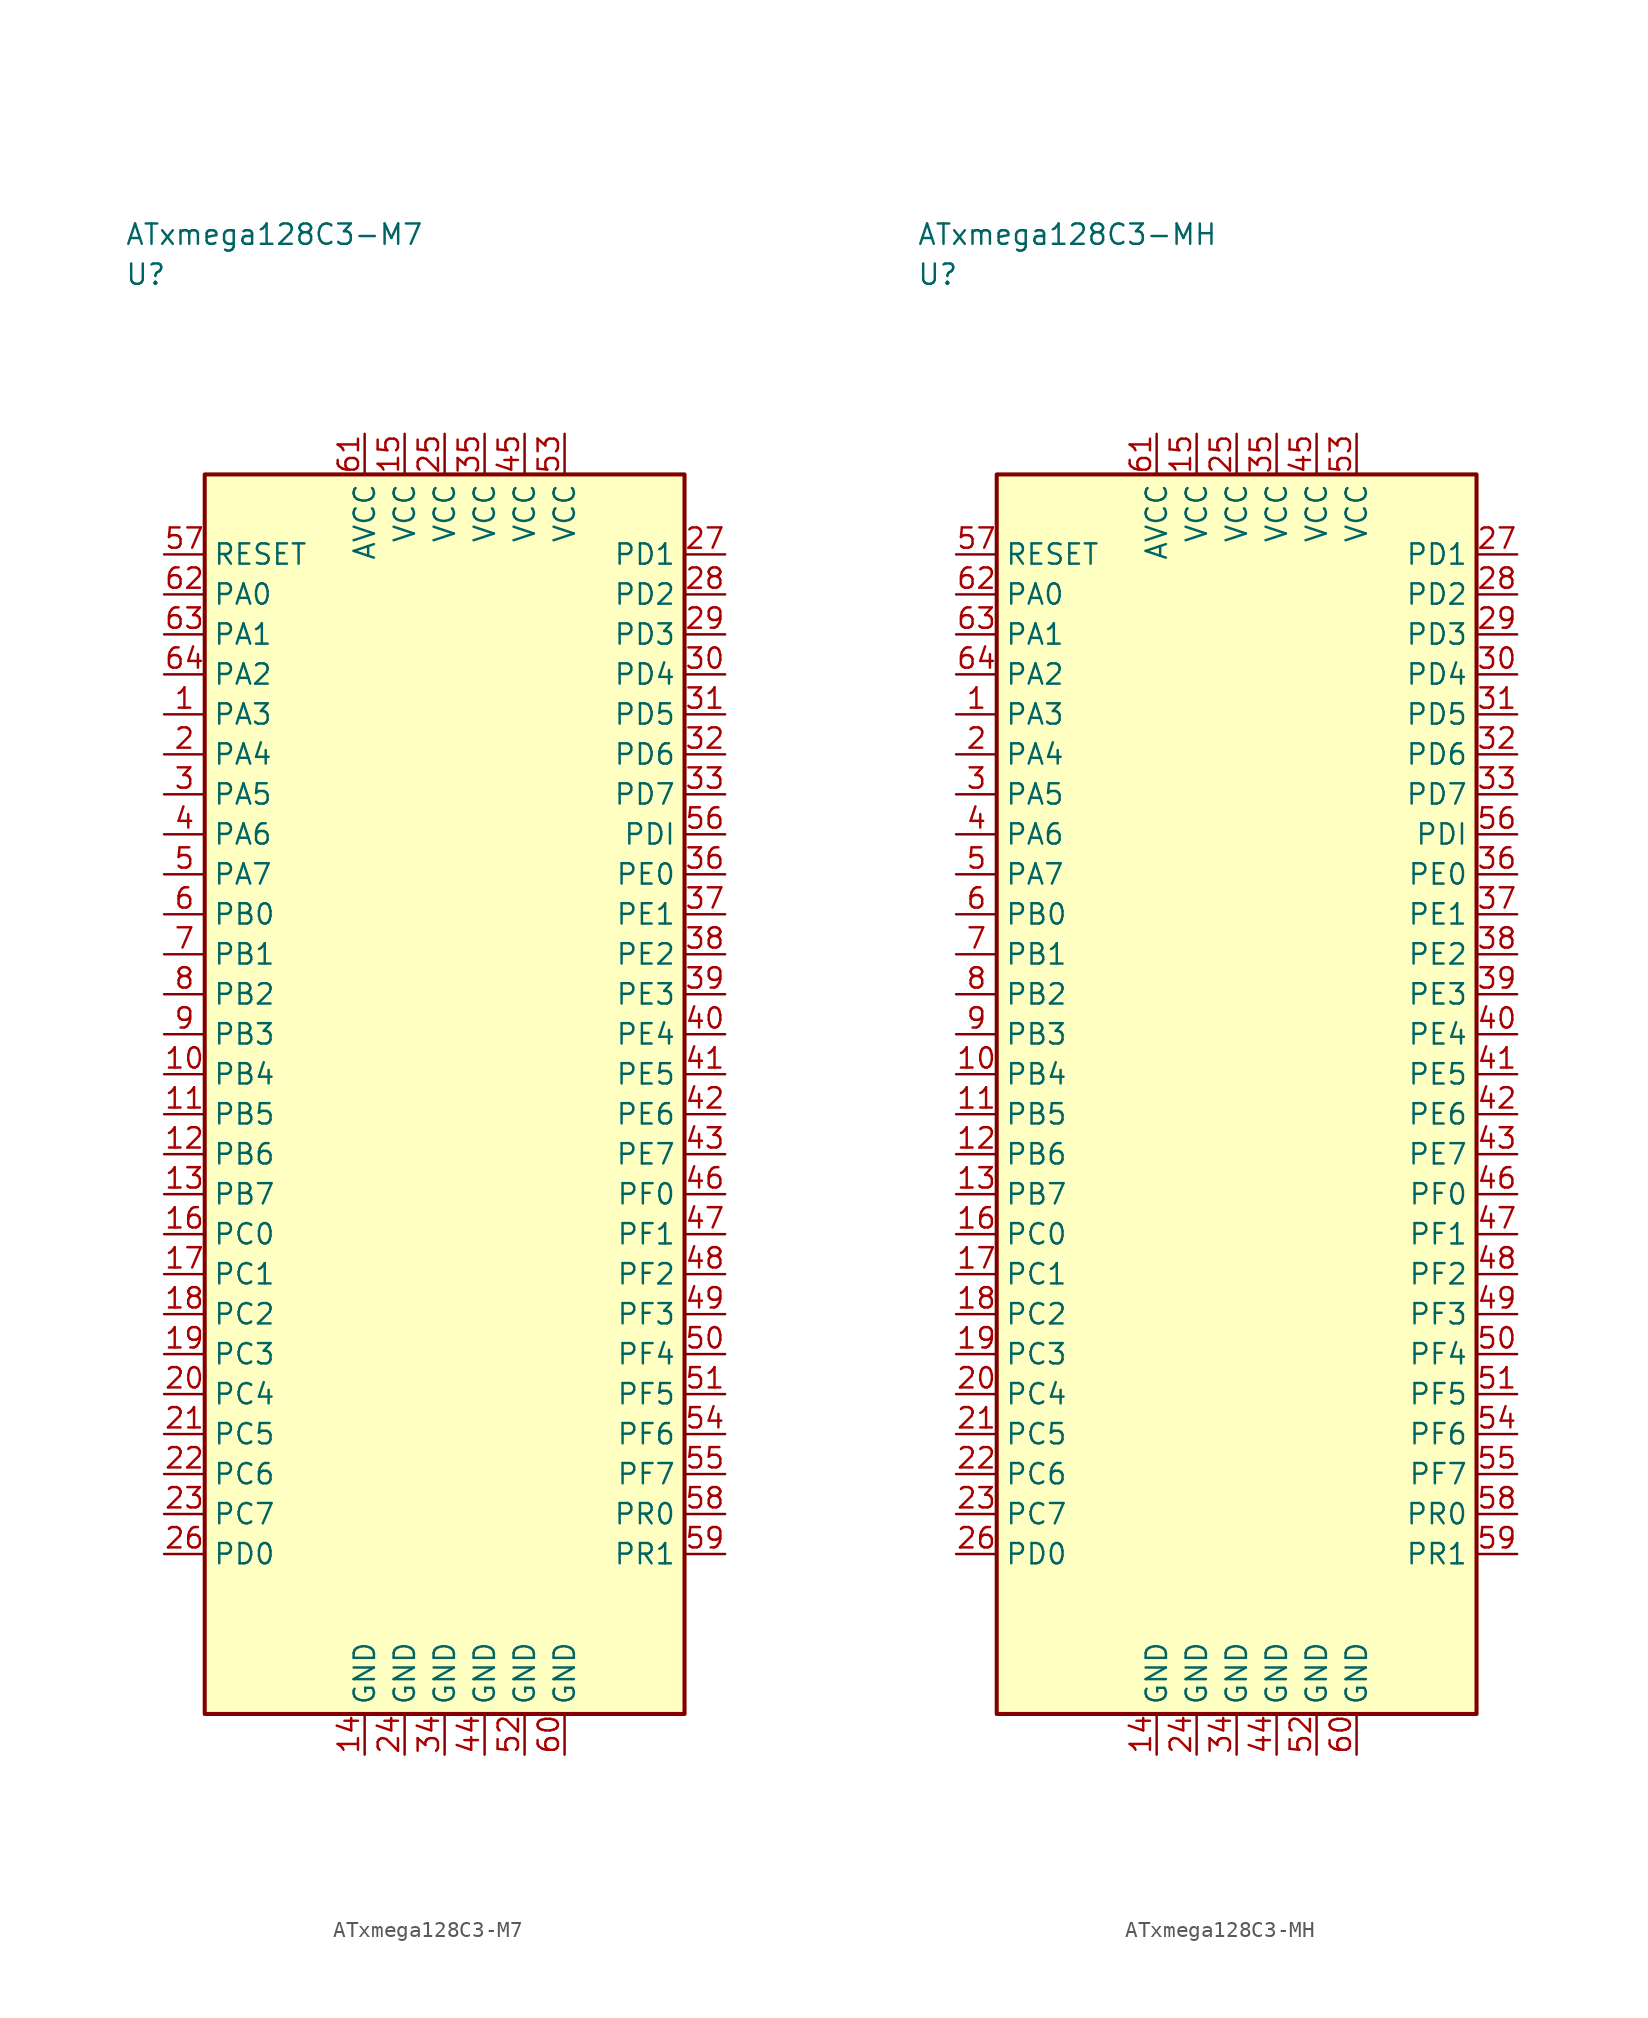
<source format=kicad_sym>
(kicad_symbol_lib
  (version 20241025)
  (generator "kicad_symbol_editor")
  (generator_version "8.0")
  (symbol "ATxmega128C3-M7"
    (property "Reference" "U"
      (at -20.0 51.25 0)
      (effects (font (size 1.27 1.27)) (justify left)))
    (property "Value" "ATxmega128C3-M7"
      (at -20.0 53.75 0)
      (effects (font (size 1.27 1.27)) (justify left)))
    (symbol "ATxmega128C3-M7_0_1"
      (rectangle (start -15.0 38.75) (end 15.0 -38.75) (stroke (width 0.254) (type default)) (fill (type background))))
    (symbol "ATxmega128C3-M7_1_1"
      (pin bidirectional line (at -17.54 23.75 0.0) (length 2.54) (name "PA3" (effects (font (size 1.27 1.27)))) (number "1" (effects (font (size 1.27 1.27)))))
      (pin bidirectional line (at -17.54 21.25 0.0) (length 2.54) (name "PA4" (effects (font (size 1.27 1.27)))) (number "2" (effects (font (size 1.27 1.27)))))
      (pin bidirectional line (at -17.54 18.75 0.0) (length 2.54) (name "PA5" (effects (font (size 1.27 1.27)))) (number "3" (effects (font (size 1.27 1.27)))))
      (pin bidirectional line (at -17.54 16.25 0.0) (length 2.54) (name "PA6" (effects (font (size 1.27 1.27)))) (number "4" (effects (font (size 1.27 1.27)))))
      (pin bidirectional line (at -17.54 13.75 0.0) (length 2.54) (name "PA7" (effects (font (size 1.27 1.27)))) (number "5" (effects (font (size 1.27 1.27)))))
      (pin bidirectional line (at -17.54 11.25 0.0) (length 2.54) (name "PB0" (effects (font (size 1.27 1.27)))) (number "6" (effects (font (size 1.27 1.27)))))
      (pin bidirectional line (at -17.54 8.75 0.0) (length 2.54) (name "PB1" (effects (font (size 1.27 1.27)))) (number "7" (effects (font (size 1.27 1.27)))))
      (pin bidirectional line (at -17.54 6.25 0.0) (length 2.54) (name "PB2" (effects (font (size 1.27 1.27)))) (number "8" (effects (font (size 1.27 1.27)))))
      (pin bidirectional line (at -17.54 3.75 0.0) (length 2.54) (name "PB3" (effects (font (size 1.27 1.27)))) (number "9" (effects (font (size 1.27 1.27)))))
      (pin bidirectional line (at -17.54 1.25 0.0) (length 2.54) (name "PB4" (effects (font (size 1.27 1.27)))) (number "10" (effects (font (size 1.27 1.27)))))
      (pin bidirectional line (at -17.54 -1.25 0.0) (length 2.54) (name "PB5" (effects (font (size 1.27 1.27)))) (number "11" (effects (font (size 1.27 1.27)))))
      (pin bidirectional line (at -17.54 -3.75 0.0) (length 2.54) (name "PB6" (effects (font (size 1.27 1.27)))) (number "12" (effects (font (size 1.27 1.27)))))
      (pin bidirectional line (at -17.54 -6.25 0.0) (length 2.54) (name "PB7" (effects (font (size 1.27 1.27)))) (number "13" (effects (font (size 1.27 1.27)))))
      (pin passive line (at -5.0 -41.29 90.0) (length 2.54) (name "GND" (effects (font (size 1.27 1.27)))) (number "14" (effects (font (size 1.27 1.27)))))
      (pin power_in line (at -2.5 41.29 270.0) (length 2.54) (name "VCC" (effects (font (size 1.27 1.27)))) (number "15" (effects (font (size 1.27 1.27)))))
      (pin bidirectional line (at -17.54 -8.75 0.0) (length 2.54) (name "PC0" (effects (font (size 1.27 1.27)))) (number "16" (effects (font (size 1.27 1.27)))))
      (pin bidirectional line (at -17.54 -11.25 0.0) (length 2.54) (name "PC1" (effects (font (size 1.27 1.27)))) (number "17" (effects (font (size 1.27 1.27)))))
      (pin bidirectional line (at -17.54 -13.75 0.0) (length 2.54) (name "PC2" (effects (font (size 1.27 1.27)))) (number "18" (effects (font (size 1.27 1.27)))))
      (pin bidirectional line (at -17.54 -16.25 0.0) (length 2.54) (name "PC3" (effects (font (size 1.27 1.27)))) (number "19" (effects (font (size 1.27 1.27)))))
      (pin bidirectional line (at -17.54 -18.75 0.0) (length 2.54) (name "PC4" (effects (font (size 1.27 1.27)))) (number "20" (effects (font (size 1.27 1.27)))))
      (pin bidirectional line (at -17.54 -21.25 0.0) (length 2.54) (name "PC5" (effects (font (size 1.27 1.27)))) (number "21" (effects (font (size 1.27 1.27)))))
      (pin bidirectional line (at -17.54 -23.75 0.0) (length 2.54) (name "PC6" (effects (font (size 1.27 1.27)))) (number "22" (effects (font (size 1.27 1.27)))))
      (pin bidirectional line (at -17.54 -26.25 0.0) (length 2.54) (name "PC7" (effects (font (size 1.27 1.27)))) (number "23" (effects (font (size 1.27 1.27)))))
      (pin passive line (at -2.5 -41.29 90.0) (length 2.54) (name "GND" (effects (font (size 1.27 1.27)))) (number "24" (effects (font (size 1.27 1.27)))))
      (pin power_in line (at 0.0 41.29 270.0) (length 2.54) (name "VCC" (effects (font (size 1.27 1.27)))) (number "25" (effects (font (size 1.27 1.27)))))
      (pin bidirectional line (at -17.54 -28.75 0.0) (length 2.54) (name "PD0" (effects (font (size 1.27 1.27)))) (number "26" (effects (font (size 1.27 1.27)))))
      (pin bidirectional line (at 17.54 33.75 180.0) (length 2.54) (name "PD1" (effects (font (size 1.27 1.27)))) (number "27" (effects (font (size 1.27 1.27)))))
      (pin bidirectional line (at 17.54 31.25 180.0) (length 2.54) (name "PD2" (effects (font (size 1.27 1.27)))) (number "28" (effects (font (size 1.27 1.27)))))
      (pin bidirectional line (at 17.54 28.75 180.0) (length 2.54) (name "PD3" (effects (font (size 1.27 1.27)))) (number "29" (effects (font (size 1.27 1.27)))))
      (pin bidirectional line (at 17.54 26.25 180.0) (length 2.54) (name "PD4" (effects (font (size 1.27 1.27)))) (number "30" (effects (font (size 1.27 1.27)))))
      (pin bidirectional line (at 17.54 23.75 180.0) (length 2.54) (name "PD5" (effects (font (size 1.27 1.27)))) (number "31" (effects (font (size 1.27 1.27)))))
      (pin bidirectional line (at 17.54 21.25 180.0) (length 2.54) (name "PD6" (effects (font (size 1.27 1.27)))) (number "32" (effects (font (size 1.27 1.27)))))
      (pin bidirectional line (at 17.54 18.75 180.0) (length 2.54) (name "PD7" (effects (font (size 1.27 1.27)))) (number "33" (effects (font (size 1.27 1.27)))))
      (pin passive line (at 0.0 -41.29 90.0) (length 2.54) (name "GND" (effects (font (size 1.27 1.27)))) (number "34" (effects (font (size 1.27 1.27)))))
      (pin power_in line (at 2.5 41.29 270.0) (length 2.54) (name "VCC" (effects (font (size 1.27 1.27)))) (number "35" (effects (font (size 1.27 1.27)))))
      (pin bidirectional line (at 17.54 13.75 180.0) (length 2.54) (name "PE0" (effects (font (size 1.27 1.27)))) (number "36" (effects (font (size 1.27 1.27)))))
      (pin bidirectional line (at 17.54 11.25 180.0) (length 2.54) (name "PE1" (effects (font (size 1.27 1.27)))) (number "37" (effects (font (size 1.27 1.27)))))
      (pin bidirectional line (at 17.54 8.75 180.0) (length 2.54) (name "PE2" (effects (font (size 1.27 1.27)))) (number "38" (effects (font (size 1.27 1.27)))))
      (pin bidirectional line (at 17.54 6.25 180.0) (length 2.54) (name "PE3" (effects (font (size 1.27 1.27)))) (number "39" (effects (font (size 1.27 1.27)))))
      (pin bidirectional line (at 17.54 3.75 180.0) (length 2.54) (name "PE4" (effects (font (size 1.27 1.27)))) (number "40" (effects (font (size 1.27 1.27)))))
      (pin bidirectional line (at 17.54 1.25 180.0) (length 2.54) (name "PE5" (effects (font (size 1.27 1.27)))) (number "41" (effects (font (size 1.27 1.27)))))
      (pin bidirectional line (at 17.54 -1.25 180.0) (length 2.54) (name "PE6" (effects (font (size 1.27 1.27)))) (number "42" (effects (font (size 1.27 1.27)))))
      (pin bidirectional line (at 17.54 -3.75 180.0) (length 2.54) (name "PE7" (effects (font (size 1.27 1.27)))) (number "43" (effects (font (size 1.27 1.27)))))
      (pin passive line (at 2.5 -41.29 90.0) (length 2.54) (name "GND" (effects (font (size 1.27 1.27)))) (number "44" (effects (font (size 1.27 1.27)))))
      (pin power_in line (at 5.0 41.29 270.0) (length 2.54) (name "VCC" (effects (font (size 1.27 1.27)))) (number "45" (effects (font (size 1.27 1.27)))))
      (pin bidirectional line (at 17.54 -6.25 180.0) (length 2.54) (name "PF0" (effects (font (size 1.27 1.27)))) (number "46" (effects (font (size 1.27 1.27)))))
      (pin bidirectional line (at 17.54 -8.75 180.0) (length 2.54) (name "PF1" (effects (font (size 1.27 1.27)))) (number "47" (effects (font (size 1.27 1.27)))))
      (pin bidirectional line (at 17.54 -11.25 180.0) (length 2.54) (name "PF2" (effects (font (size 1.27 1.27)))) (number "48" (effects (font (size 1.27 1.27)))))
      (pin bidirectional line (at 17.54 -13.75 180.0) (length 2.54) (name "PF3" (effects (font (size 1.27 1.27)))) (number "49" (effects (font (size 1.27 1.27)))))
      (pin bidirectional line (at 17.54 -16.25 180.0) (length 2.54) (name "PF4" (effects (font (size 1.27 1.27)))) (number "50" (effects (font (size 1.27 1.27)))))
      (pin bidirectional line (at 17.54 -18.75 180.0) (length 2.54) (name "PF5" (effects (font (size 1.27 1.27)))) (number "51" (effects (font (size 1.27 1.27)))))
      (pin passive line (at 5.0 -41.29 90.0) (length 2.54) (name "GND" (effects (font (size 1.27 1.27)))) (number "52" (effects (font (size 1.27 1.27)))))
      (pin power_in line (at 7.5 41.29 270.0) (length 2.54) (name "VCC" (effects (font (size 1.27 1.27)))) (number "53" (effects (font (size 1.27 1.27)))))
      (pin bidirectional line (at 17.54 -21.25 180.0) (length 2.54) (name "PF6" (effects (font (size 1.27 1.27)))) (number "54" (effects (font (size 1.27 1.27)))))
      (pin bidirectional line (at 17.54 -23.75 180.0) (length 2.54) (name "PF7" (effects (font (size 1.27 1.27)))) (number "55" (effects (font (size 1.27 1.27)))))
      (pin bidirectional line (at 17.54 16.25 180.0) (length 2.54) (name "PDI" (effects (font (size 1.27 1.27)))) (number "56" (effects (font (size 1.27 1.27)))))
      (pin input line (at -17.54 33.75 0.0) (length 2.54) (name "RESET" (effects (font (size 1.27 1.27)))) (number "57" (effects (font (size 1.27 1.27)))))
      (pin bidirectional line (at 17.54 -26.25 180.0) (length 2.54) (name "PR0" (effects (font (size 1.27 1.27)))) (number "58" (effects (font (size 1.27 1.27)))))
      (pin bidirectional line (at 17.54 -28.75 180.0) (length 2.54) (name "PR1" (effects (font (size 1.27 1.27)))) (number "59" (effects (font (size 1.27 1.27)))))
      (pin passive line (at 7.5 -41.29 90.0) (length 2.54) (name "GND" (effects (font (size 1.27 1.27)))) (number "60" (effects (font (size 1.27 1.27)))))
      (pin power_in line (at -5.0 41.29 270.0) (length 2.54) (name "AVCC" (effects (font (size 1.27 1.27)))) (number "61" (effects (font (size 1.27 1.27)))))
      (pin bidirectional line (at -17.54 31.25 0.0) (length 2.54) (name "PA0" (effects (font (size 1.27 1.27)))) (number "62" (effects (font (size 1.27 1.27)))))
      (pin bidirectional line (at -17.54 28.75 0.0) (length 2.54) (name "PA1" (effects (font (size 1.27 1.27)))) (number "63" (effects (font (size 1.27 1.27)))))
      (pin bidirectional line (at -17.54 26.25 0.0) (length 2.54) (name "PA2" (effects (font (size 1.27 1.27)))) (number "64" (effects (font (size 1.27 1.27)))))))
  (symbol "ATxmega128C3-MH"
    (property "Reference" "U"
      (at -20.0 51.25 0)
      (effects (font (size 1.27 1.27)) (justify left)))
    (property "Value" "ATxmega128C3-MH"
      (at -20.0 53.75 0)
      (effects (font (size 1.27 1.27)) (justify left)))
    (symbol "ATxmega128C3-MH_0_1"
      (rectangle (start -15.0 38.75) (end 15.0 -38.75) (stroke (width 0.254) (type default)) (fill (type background))))
    (symbol "ATxmega128C3-MH_1_1"
      (pin bidirectional line (at -17.54 23.75 0.0) (length 2.54) (name "PA3" (effects (font (size 1.27 1.27)))) (number "1" (effects (font (size 1.27 1.27)))))
      (pin bidirectional line (at -17.54 21.25 0.0) (length 2.54) (name "PA4" (effects (font (size 1.27 1.27)))) (number "2" (effects (font (size 1.27 1.27)))))
      (pin bidirectional line (at -17.54 18.75 0.0) (length 2.54) (name "PA5" (effects (font (size 1.27 1.27)))) (number "3" (effects (font (size 1.27 1.27)))))
      (pin bidirectional line (at -17.54 16.25 0.0) (length 2.54) (name "PA6" (effects (font (size 1.27 1.27)))) (number "4" (effects (font (size 1.27 1.27)))))
      (pin bidirectional line (at -17.54 13.75 0.0) (length 2.54) (name "PA7" (effects (font (size 1.27 1.27)))) (number "5" (effects (font (size 1.27 1.27)))))
      (pin bidirectional line (at -17.54 11.25 0.0) (length 2.54) (name "PB0" (effects (font (size 1.27 1.27)))) (number "6" (effects (font (size 1.27 1.27)))))
      (pin bidirectional line (at -17.54 8.75 0.0) (length 2.54) (name "PB1" (effects (font (size 1.27 1.27)))) (number "7" (effects (font (size 1.27 1.27)))))
      (pin bidirectional line (at -17.54 6.25 0.0) (length 2.54) (name "PB2" (effects (font (size 1.27 1.27)))) (number "8" (effects (font (size 1.27 1.27)))))
      (pin bidirectional line (at -17.54 3.75 0.0) (length 2.54) (name "PB3" (effects (font (size 1.27 1.27)))) (number "9" (effects (font (size 1.27 1.27)))))
      (pin bidirectional line (at -17.54 1.25 0.0) (length 2.54) (name "PB4" (effects (font (size 1.27 1.27)))) (number "10" (effects (font (size 1.27 1.27)))))
      (pin bidirectional line (at -17.54 -1.25 0.0) (length 2.54) (name "PB5" (effects (font (size 1.27 1.27)))) (number "11" (effects (font (size 1.27 1.27)))))
      (pin bidirectional line (at -17.54 -3.75 0.0) (length 2.54) (name "PB6" (effects (font (size 1.27 1.27)))) (number "12" (effects (font (size 1.27 1.27)))))
      (pin bidirectional line (at -17.54 -6.25 0.0) (length 2.54) (name "PB7" (effects (font (size 1.27 1.27)))) (number "13" (effects (font (size 1.27 1.27)))))
      (pin passive line (at -5.0 -41.29 90.0) (length 2.54) (name "GND" (effects (font (size 1.27 1.27)))) (number "14" (effects (font (size 1.27 1.27)))))
      (pin power_in line (at -2.5 41.29 270.0) (length 2.54) (name "VCC" (effects (font (size 1.27 1.27)))) (number "15" (effects (font (size 1.27 1.27)))))
      (pin bidirectional line (at -17.54 -8.75 0.0) (length 2.54) (name "PC0" (effects (font (size 1.27 1.27)))) (number "16" (effects (font (size 1.27 1.27)))))
      (pin bidirectional line (at -17.54 -11.25 0.0) (length 2.54) (name "PC1" (effects (font (size 1.27 1.27)))) (number "17" (effects (font (size 1.27 1.27)))))
      (pin bidirectional line (at -17.54 -13.75 0.0) (length 2.54) (name "PC2" (effects (font (size 1.27 1.27)))) (number "18" (effects (font (size 1.27 1.27)))))
      (pin bidirectional line (at -17.54 -16.25 0.0) (length 2.54) (name "PC3" (effects (font (size 1.27 1.27)))) (number "19" (effects (font (size 1.27 1.27)))))
      (pin bidirectional line (at -17.54 -18.75 0.0) (length 2.54) (name "PC4" (effects (font (size 1.27 1.27)))) (number "20" (effects (font (size 1.27 1.27)))))
      (pin bidirectional line (at -17.54 -21.25 0.0) (length 2.54) (name "PC5" (effects (font (size 1.27 1.27)))) (number "21" (effects (font (size 1.27 1.27)))))
      (pin bidirectional line (at -17.54 -23.75 0.0) (length 2.54) (name "PC6" (effects (font (size 1.27 1.27)))) (number "22" (effects (font (size 1.27 1.27)))))
      (pin bidirectional line (at -17.54 -26.25 0.0) (length 2.54) (name "PC7" (effects (font (size 1.27 1.27)))) (number "23" (effects (font (size 1.27 1.27)))))
      (pin passive line (at -2.5 -41.29 90.0) (length 2.54) (name "GND" (effects (font (size 1.27 1.27)))) (number "24" (effects (font (size 1.27 1.27)))))
      (pin power_in line (at 0.0 41.29 270.0) (length 2.54) (name "VCC" (effects (font (size 1.27 1.27)))) (number "25" (effects (font (size 1.27 1.27)))))
      (pin bidirectional line (at -17.54 -28.75 0.0) (length 2.54) (name "PD0" (effects (font (size 1.27 1.27)))) (number "26" (effects (font (size 1.27 1.27)))))
      (pin bidirectional line (at 17.54 33.75 180.0) (length 2.54) (name "PD1" (effects (font (size 1.27 1.27)))) (number "27" (effects (font (size 1.27 1.27)))))
      (pin bidirectional line (at 17.54 31.25 180.0) (length 2.54) (name "PD2" (effects (font (size 1.27 1.27)))) (number "28" (effects (font (size 1.27 1.27)))))
      (pin bidirectional line (at 17.54 28.75 180.0) (length 2.54) (name "PD3" (effects (font (size 1.27 1.27)))) (number "29" (effects (font (size 1.27 1.27)))))
      (pin bidirectional line (at 17.54 26.25 180.0) (length 2.54) (name "PD4" (effects (font (size 1.27 1.27)))) (number "30" (effects (font (size 1.27 1.27)))))
      (pin bidirectional line (at 17.54 23.75 180.0) (length 2.54) (name "PD5" (effects (font (size 1.27 1.27)))) (number "31" (effects (font (size 1.27 1.27)))))
      (pin bidirectional line (at 17.54 21.25 180.0) (length 2.54) (name "PD6" (effects (font (size 1.27 1.27)))) (number "32" (effects (font (size 1.27 1.27)))))
      (pin bidirectional line (at 17.54 18.75 180.0) (length 2.54) (name "PD7" (effects (font (size 1.27 1.27)))) (number "33" (effects (font (size 1.27 1.27)))))
      (pin passive line (at 0.0 -41.29 90.0) (length 2.54) (name "GND" (effects (font (size 1.27 1.27)))) (number "34" (effects (font (size 1.27 1.27)))))
      (pin power_in line (at 2.5 41.29 270.0) (length 2.54) (name "VCC" (effects (font (size 1.27 1.27)))) (number "35" (effects (font (size 1.27 1.27)))))
      (pin bidirectional line (at 17.54 13.75 180.0) (length 2.54) (name "PE0" (effects (font (size 1.27 1.27)))) (number "36" (effects (font (size 1.27 1.27)))))
      (pin bidirectional line (at 17.54 11.25 180.0) (length 2.54) (name "PE1" (effects (font (size 1.27 1.27)))) (number "37" (effects (font (size 1.27 1.27)))))
      (pin bidirectional line (at 17.54 8.75 180.0) (length 2.54) (name "PE2" (effects (font (size 1.27 1.27)))) (number "38" (effects (font (size 1.27 1.27)))))
      (pin bidirectional line (at 17.54 6.25 180.0) (length 2.54) (name "PE3" (effects (font (size 1.27 1.27)))) (number "39" (effects (font (size 1.27 1.27)))))
      (pin bidirectional line (at 17.54 3.75 180.0) (length 2.54) (name "PE4" (effects (font (size 1.27 1.27)))) (number "40" (effects (font (size 1.27 1.27)))))
      (pin bidirectional line (at 17.54 1.25 180.0) (length 2.54) (name "PE5" (effects (font (size 1.27 1.27)))) (number "41" (effects (font (size 1.27 1.27)))))
      (pin bidirectional line (at 17.54 -1.25 180.0) (length 2.54) (name "PE6" (effects (font (size 1.27 1.27)))) (number "42" (effects (font (size 1.27 1.27)))))
      (pin bidirectional line (at 17.54 -3.75 180.0) (length 2.54) (name "PE7" (effects (font (size 1.27 1.27)))) (number "43" (effects (font (size 1.27 1.27)))))
      (pin passive line (at 2.5 -41.29 90.0) (length 2.54) (name "GND" (effects (font (size 1.27 1.27)))) (number "44" (effects (font (size 1.27 1.27)))))
      (pin power_in line (at 5.0 41.29 270.0) (length 2.54) (name "VCC" (effects (font (size 1.27 1.27)))) (number "45" (effects (font (size 1.27 1.27)))))
      (pin bidirectional line (at 17.54 -6.25 180.0) (length 2.54) (name "PF0" (effects (font (size 1.27 1.27)))) (number "46" (effects (font (size 1.27 1.27)))))
      (pin bidirectional line (at 17.54 -8.75 180.0) (length 2.54) (name "PF1" (effects (font (size 1.27 1.27)))) (number "47" (effects (font (size 1.27 1.27)))))
      (pin bidirectional line (at 17.54 -11.25 180.0) (length 2.54) (name "PF2" (effects (font (size 1.27 1.27)))) (number "48" (effects (font (size 1.27 1.27)))))
      (pin bidirectional line (at 17.54 -13.75 180.0) (length 2.54) (name "PF3" (effects (font (size 1.27 1.27)))) (number "49" (effects (font (size 1.27 1.27)))))
      (pin bidirectional line (at 17.54 -16.25 180.0) (length 2.54) (name "PF4" (effects (font (size 1.27 1.27)))) (number "50" (effects (font (size 1.27 1.27)))))
      (pin bidirectional line (at 17.54 -18.75 180.0) (length 2.54) (name "PF5" (effects (font (size 1.27 1.27)))) (number "51" (effects (font (size 1.27 1.27)))))
      (pin passive line (at 5.0 -41.29 90.0) (length 2.54) (name "GND" (effects (font (size 1.27 1.27)))) (number "52" (effects (font (size 1.27 1.27)))))
      (pin power_in line (at 7.5 41.29 270.0) (length 2.54) (name "VCC" (effects (font (size 1.27 1.27)))) (number "53" (effects (font (size 1.27 1.27)))))
      (pin bidirectional line (at 17.54 -21.25 180.0) (length 2.54) (name "PF6" (effects (font (size 1.27 1.27)))) (number "54" (effects (font (size 1.27 1.27)))))
      (pin bidirectional line (at 17.54 -23.75 180.0) (length 2.54) (name "PF7" (effects (font (size 1.27 1.27)))) (number "55" (effects (font (size 1.27 1.27)))))
      (pin bidirectional line (at 17.54 16.25 180.0) (length 2.54) (name "PDI" (effects (font (size 1.27 1.27)))) (number "56" (effects (font (size 1.27 1.27)))))
      (pin input line (at -17.54 33.75 0.0) (length 2.54) (name "RESET" (effects (font (size 1.27 1.27)))) (number "57" (effects (font (size 1.27 1.27)))))
      (pin bidirectional line (at 17.54 -26.25 180.0) (length 2.54) (name "PR0" (effects (font (size 1.27 1.27)))) (number "58" (effects (font (size 1.27 1.27)))))
      (pin bidirectional line (at 17.54 -28.75 180.0) (length 2.54) (name "PR1" (effects (font (size 1.27 1.27)))) (number "59" (effects (font (size 1.27 1.27)))))
      (pin passive line (at 7.5 -41.29 90.0) (length 2.54) (name "GND" (effects (font (size 1.27 1.27)))) (number "60" (effects (font (size 1.27 1.27)))))
      (pin power_in line (at -5.0 41.29 270.0) (length 2.54) (name "AVCC" (effects (font (size 1.27 1.27)))) (number "61" (effects (font (size 1.27 1.27)))))
      (pin bidirectional line (at -17.54 31.25 0.0) (length 2.54) (name "PA0" (effects (font (size 1.27 1.27)))) (number "62" (effects (font (size 1.27 1.27)))))
      (pin bidirectional line (at -17.54 28.75 0.0) (length 2.54) (name "PA1" (effects (font (size 1.27 1.27)))) (number "63" (effects (font (size 1.27 1.27)))))
      (pin bidirectional line (at -17.54 26.25 0.0) (length 2.54) (name "PA2" (effects (font (size 1.27 1.27)))) (number "64" (effects (font (size 1.27 1.27))))))))
</source>
